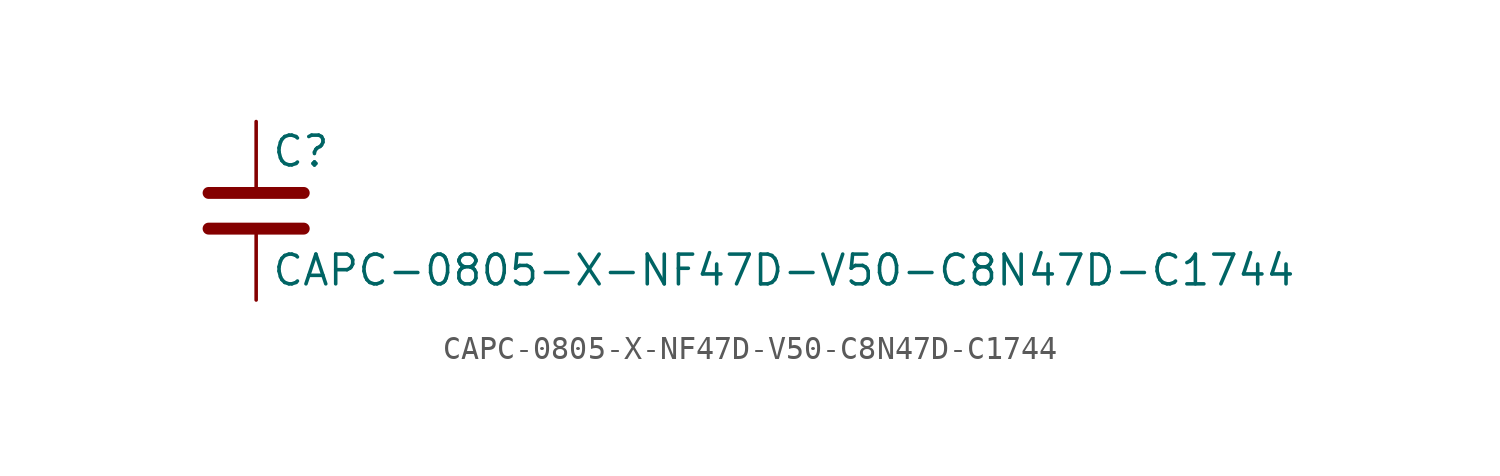
<source format=kicad_sym>
(kicad_symbol_lib
  (version 20211014)
  (generator kicad_symbol_editor)
  (symbol "CAPC-0805-X-NF47D-V50-C8N47D-C1744"
    (pin_numbers hide)
    (pin_names
      (offset 0.254))
    (property "Reference" "C"
      (at 0.635 2.54 0)
      (effects (font (size 1.27 1.27)) (justify left)))
    (property "Value" "CAPC-0805-X-NF47D-V50-C8N47D-C1744"
      (at 0.635 -2.54 0)
      (effects (font (size 1.27 1.27)) (justify left)))
    (symbol "CAPC-0805-X-NF47D-V50-C8N47D-C1744_0_1"
      (polyline (pts (xy -2.032 -0.762) (xy 2.032 -0.762)) (stroke (width 0.508) (type default) (color 0 0 0 0)) (fill (type none)))
      (polyline (pts (xy -2.032 0.762) (xy 2.032 0.762)) (stroke (width 0.508) (type default) (color 0 0 0 0)) (fill (type none))))
    (symbol "CAPC-0805-X-NF47D-V50-C8N47D-C1744_1_1"
      (pin passive line (at 0 3.81 270) (length 2.794) (name "~" (effects (font (size 1.27 1.27)))) (number "1" (effects (font (size 1.27 1.27)))))
      (pin passive line (at 0 -3.81 90) (length 2.794) (name "~" (effects (font (size 1.27 1.27)))) (number "2" (effects (font (size 1.27 1.27))))))))
</source>
